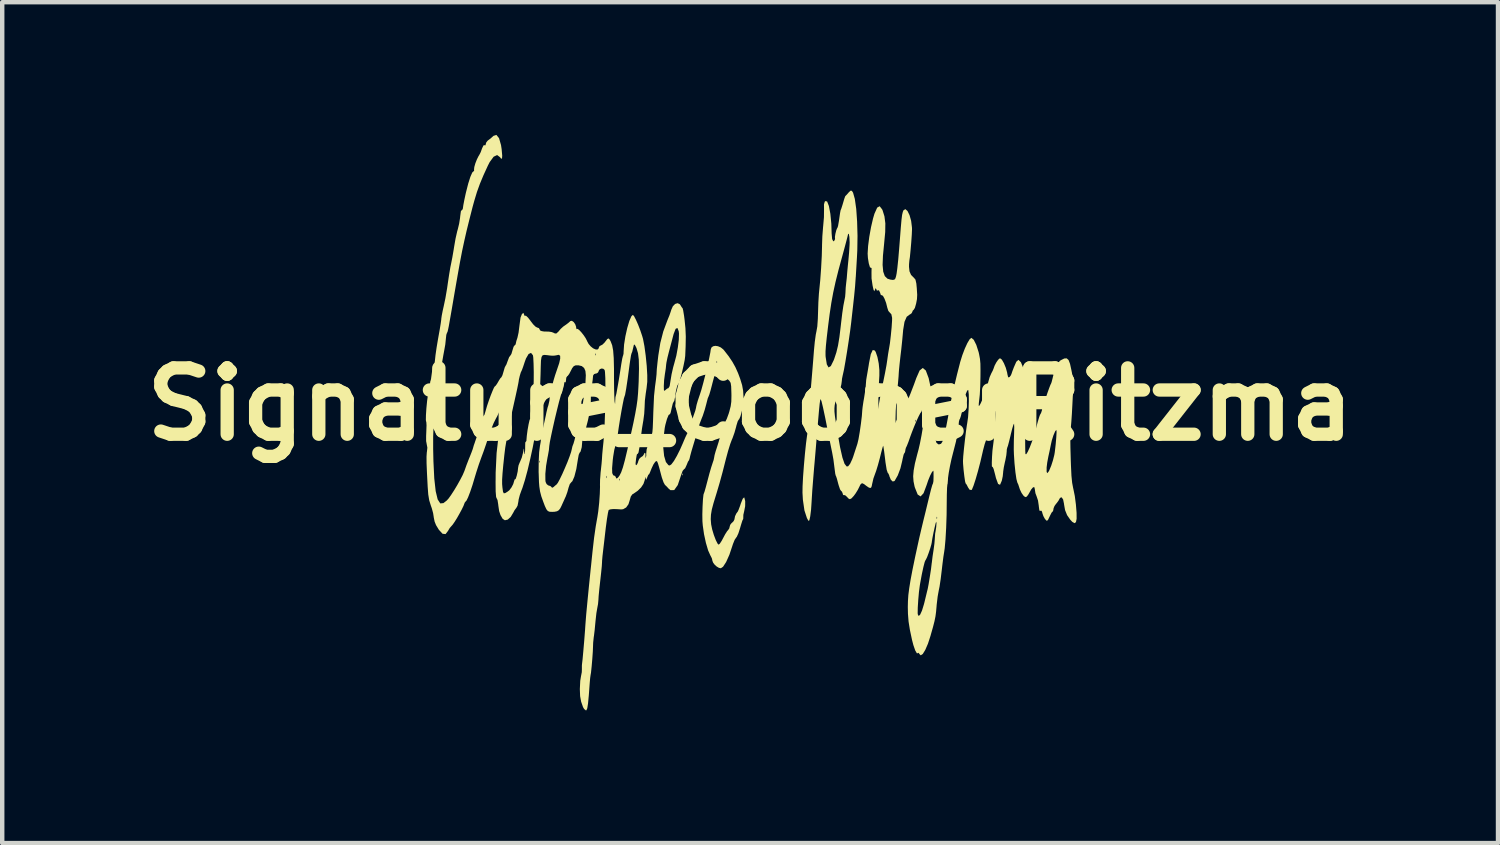
<source format=kicad_pcb>
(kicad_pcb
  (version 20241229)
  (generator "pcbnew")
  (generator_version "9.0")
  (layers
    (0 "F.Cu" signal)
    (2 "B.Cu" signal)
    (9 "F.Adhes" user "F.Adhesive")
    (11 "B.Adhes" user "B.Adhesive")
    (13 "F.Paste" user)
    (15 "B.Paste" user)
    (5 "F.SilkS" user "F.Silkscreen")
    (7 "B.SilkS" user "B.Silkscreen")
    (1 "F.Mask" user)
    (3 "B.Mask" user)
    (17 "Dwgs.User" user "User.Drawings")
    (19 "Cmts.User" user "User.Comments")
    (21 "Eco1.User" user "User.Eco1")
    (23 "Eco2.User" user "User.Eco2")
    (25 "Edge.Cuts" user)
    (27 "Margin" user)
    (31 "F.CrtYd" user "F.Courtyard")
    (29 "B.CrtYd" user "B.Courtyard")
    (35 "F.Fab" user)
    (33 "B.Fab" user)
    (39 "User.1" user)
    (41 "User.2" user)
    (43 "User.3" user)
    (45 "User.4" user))
  (footprint "Signature_CooperRitzma"
    (layer "F.Cu")
    (at 13.907 6.088)
    (property "Reference" "Signature_CooperRitzma" (at 0 0 0) (layer "F.SilkS") (effects (font (size 1.5 1.5) (thickness 0.3))))
    (attr board_only exclude_from_pos_files exclude_from_bom)
    (fp_poly (pts (xy -1.518 1.587) (xy -1.525 1.616) (xy -1.532 1.587) (xy -1.525 1.559)) (stroke (width 0) (type solid)) (fill yes) (layer "F.SilkS"))
    (fp_poly (pts (xy 2.299 -4.825) (xy 2.327 -4.783) (xy 2.367 -4.642) (xy 2.399 -4.415) (xy 2.419 -4.128) (xy 2.428 -3.807) (xy 2.423 -3.477) (xy 2.415 -3.319) (xy 2.402 -3.102) (xy 2.389 -2.883) (xy 2.387 -2.866) (xy 2.373 -2.665) (xy 2.352 -2.449) (xy 2.347 -2.404) (xy 2.326 -2.212) (xy 2.3 -1.981) (xy 2.285 -1.847) (xy 2.261 -1.656) (xy 2.228 -1.427) (xy 2.191 -1.187) (xy 2.154 -0.963) (xy 2.122 -0.782) (xy 2.097 -0.669) (xy 2.094 -0.657) (xy 2.077 -0.574) (xy 2.074 -0.533) (xy 2.063 -0.451) (xy 2.037 -0.342) (xy 2.004 -0.235) (xy 1.971 -0.157) (xy 1.959 -0.14) (xy 1.929 -0.064) (xy 1.912 0.024) (xy 1.906 0.093) (xy 1.907 0.169) (xy 1.918 0.276) (xy 1.942 0.433) (xy 1.975 0.638) (xy 2.034 0.973) (xy 2.087 1.207) (xy 2.136 1.349) (xy 2.183 1.407) (xy 2.216 1.403) (xy 2.26 1.347) (xy 2.308 1.245) (xy 2.329 1.189) (xy 2.371 1.06) (xy 2.411 0.938) (xy 2.425 0.895) (xy 2.45 0.791) (xy 2.478 0.628) (xy 2.505 0.44) (xy 2.526 0.266) (xy 2.535 0.142) (xy 2.535 0.139) (xy 2.543 0.066) (xy 2.562 -0.062) (xy 2.576 -0.14) (xy 2.599 -0.288) (xy 2.614 -0.406) (xy 2.616 -0.443) (xy 2.624 -0.545) (xy 2.636 -0.62) (xy 2.656 -0.734) (xy 2.682 -0.888) (xy 2.687 -0.924) (xy 2.728 -1.131) (xy 2.772 -1.226) (xy 2.819 -1.214) (xy 2.84 -1.179) (xy 2.878 -1.068) (xy 2.907 -0.925) (xy 2.909 -0.907) (xy 2.922 -0.774) (xy 2.922 -0.649) (xy 2.913 -0.496) (xy 2.9 -0.344) (xy 2.89 -0.245) (xy 2.887 -0.231) (xy 2.869 -0.136) (xy 2.848 0.005) (xy 2.828 0.157) (xy 2.815 0.284) (xy 2.813 0.348) (xy 2.824 0.395) (xy 2.839 0.379) (xy 2.86 0.289) (xy 2.891 0.113) (xy 2.898 0.072) (xy 2.938 -0.151) (xy 2.983 -0.383) (xy 3.014 -0.529) (xy 3.05 -0.706) (xy 3.083 -0.884) (xy 3.099 -0.99) (xy 3.12 -1.138) (xy 3.139 -1.25) (xy 3.141 -1.259) (xy 3.161 -1.38) (xy 3.181 -1.553) (xy 3.199 -1.736) (xy 3.209 -1.889) (xy 3.21 -1.953) (xy 3.193 -2.034) (xy 3.162 -2.067) (xy 3.125 -2.109) (xy 3.101 -2.183) (xy 3.075 -2.288) (xy 3.039 -2.384) (xy 3.003 -2.45) (xy 2.977 -2.464) (xy 2.975 -2.462) (xy 2.952 -2.475) (xy 2.94 -2.518) (xy 2.912 -2.578) (xy 2.892 -2.572) (xy 2.865 -2.57) (xy 2.853 -2.6) (xy 2.837 -2.625) (xy 2.823 -2.588) (xy 2.806 -2.554) (xy 2.789 -2.593) (xy 2.769 -2.68) (xy 2.745 -2.844) (xy 2.744 -2.98) (xy 2.746 -3.076) (xy 2.734 -3.085) (xy 2.732 -3.082) (xy 2.709 -3.097) (xy 2.683 -3.183) (xy 2.663 -3.306) (xy 2.657 -3.407) (xy 2.667 -3.575) (xy 2.694 -3.783) (xy 2.733 -4.001) (xy 2.779 -4.199) (xy 2.811 -4.307) (xy 2.873 -4.445) (xy 2.929 -4.476) (xy 2.985 -4.404) (xy 2.995 -4.382) (xy 3.037 -4.247) (xy 3.057 -4.089) (xy 3.054 -3.892) (xy 3.03 -3.636) (xy 3.03 -3.634) (xy 3.003 -3.358) (xy 2.995 -3.149) (xy 3.009 -2.997) (xy 3.045 -2.896) (xy 3.105 -2.838) (xy 3.171 -2.817) (xy 3.227 -2.81) (xy 3.262 -2.817) (xy 3.284 -2.843) (xy 3.3 -2.896) (xy 3.312 -2.956) (xy 3.328 -3.076) (xy 3.349 -3.275) (xy 3.37 -3.524) (xy 3.385 -3.714) (xy 3.406 -3.985) (xy 3.422 -4.167) (xy 3.436 -4.28) (xy 3.452 -4.347) (xy 3.468 -4.385) (xy 3.51 -4.41) (xy 3.558 -4.368) (xy 3.604 -4.274) (xy 3.64 -4.147) (xy 3.658 -4.002) (xy 3.66 -3.96) (xy 3.655 -3.839) (xy 3.643 -3.664) (xy 3.627 -3.479) (xy 3.612 -3.326) (xy 3.601 -3.255) (xy 3.593 -3.167) (xy 3.592 -3.106) (xy 3.603 -3.004) (xy 3.638 -2.924) (xy 3.698 -2.863) (xy 3.703 -2.859) (xy 3.738 -2.817) (xy 3.758 -2.728) (xy 3.768 -2.62) (xy 3.777 -2.474) (xy 3.772 -2.375) (xy 3.753 -2.276) (xy 3.725 -2.178) (xy 3.699 -2.136) (xy 3.699 -2.136) (xy 3.675 -2.113) (xy 3.668 -2.09) (xy 3.651 -2.057) (xy 3.619 -2.033) (xy 3.611 -2.03) (xy 3.54 -1.977) (xy 3.49 -1.863) (xy 3.46 -1.681) (xy 3.456 -1.636) (xy 3.44 -1.459) (xy 3.417 -1.24) (xy 3.4 -1.097) (xy 3.38 -0.919) (xy 3.366 -0.779) (xy 3.361 -0.714) (xy 3.356 -0.629) (xy 3.343 -0.477) (xy 3.329 -0.339) (xy 3.306 -0.081) (xy 3.292 0.154) (xy 3.287 0.34) (xy 3.292 0.457) (xy 3.299 0.48) (xy 3.321 0.47) (xy 3.352 0.407) (xy 3.356 0.397) (xy 3.364 0.375) (xy 3.727 0.375) (xy 3.734 0.404) (xy 3.741 0.375) (xy 3.734 0.346) (xy 3.727 0.375) (xy 3.364 0.375) (xy 3.394 0.296) (xy 3.44 0.19) (xy 3.449 0.169) (xy 3.535 -0.022) (xy 3.623 -0.235) (xy 3.704 -0.445) (xy 3.757 -0.592) (xy 3.832 -0.763) (xy 3.904 -0.82) (xy 3.972 -0.762) (xy 4.036 -0.59) (xy 4.091 -0.337) (xy 4.124 -0.13) (xy 4.143 0.054) (xy 4.153 0.274) (xy 4.155 0.332) (xy 4.166 0.602) (xy 4.184 0.776) (xy 4.212 0.871) (xy 4.255 0.906) (xy 4.275 0.907) (xy 4.316 0.894) (xy 4.348 0.845) (xy 4.38 0.737) (xy 4.395 0.677) (xy 4.435 0.496) (xy 4.473 0.297) (xy 4.487 0.21) (xy 4.517 0.044) (xy 4.562 -0.175) (xy 4.618 -0.424) (xy 4.68 -0.683) (xy 4.743 -0.928) (xy 4.749 -0.953) (xy 4.797 -1.108) (xy 4.854 -1.258) (xy 4.912 -1.384) (xy 4.964 -1.47) (xy 5.001 -1.501) (xy 5.055 -1.457) (xy 5.113 -1.342) (xy 5.166 -1.177) (xy 5.177 -1.128) (xy 5.196 -1.026) (xy 5.206 -0.917) (xy 5.208 -0.759) (xy 5.207 -0.617) (xy 5.202 -0.402) (xy 5.192 -0.217) (xy 5.182 -0.125) (xy 5.17 -0.018) (xy 5.168 0.038) (xy 5.184 0.031) (xy 5.213 -0.022) (xy 5.25 -0.104) (xy 5.285 -0.196) (xy 5.31 -0.278) (xy 5.318 -0.321) (xy 5.335 -0.396) (xy 5.344 -0.404) (xy 5.367 -0.444) (xy 5.387 -0.514) (xy 5.416 -0.615) (xy 5.453 -0.699) (xy 5.484 -0.758) (xy 5.502 -0.802) (xy 5.503 -0.805) (xy 5.527 -0.872) (xy 5.566 -0.946) (xy 5.609 -1.007) (xy 5.645 -1.038) (xy 5.651 -1.039) (xy 5.691 -1.008) (xy 5.737 -0.928) (xy 5.781 -0.822) (xy 5.811 -0.712) (xy 5.816 -0.679) (xy 5.834 -0.607) (xy 5.865 -0.614) (xy 5.866 -0.615) (xy 5.895 -0.654) (xy 5.909 -0.687) (xy 5.928 -0.745) (xy 5.963 -0.836) (xy 6.01 -0.943) (xy 6.019 -0.962) (xy 6.066 -1.003) (xy 6.122 -0.949) (xy 6.18 -0.806) (xy 6.193 -0.764) (xy 6.221 -0.645) (xy 6.235 -0.521) (xy 6.241 -0.341) (xy 6.241 -0.316) (xy 6.241 -0.11) (xy 6.236 0.074) (xy 6.234 0.131) (xy 6.227 0.271) (xy 6.223 0.467) (xy 6.219 0.684) (xy 6.218 0.889) (xy 6.22 1.047) (xy 6.224 1.126) (xy 6.224 1.127) (xy 6.242 1.13) (xy 6.276 1.076) (xy 6.321 0.977) (xy 6.371 0.847) (xy 6.42 0.699) (xy 6.463 0.547) (xy 6.464 0.543) (xy 6.503 0.396) (xy 6.536 0.287) (xy 6.556 0.233) (xy 6.559 0.231) (xy 6.578 0.196) (xy 6.606 0.109) (xy 6.611 0.091) (xy 6.64 -0.009) (xy 6.679 -0.131) (xy 6.722 -0.257) (xy 6.761 -0.366) (xy 6.79 -0.441) (xy 6.802 -0.463) (xy 6.816 -0.501) (xy 6.84 -0.595) (xy 6.844 -0.614) (xy 6.892 -0.798) (xy 6.942 -0.913) (xy 7.005 -0.982) (xy 7.026 -0.996) (xy 7.102 -1.034) (xy 7.157 -1.037) (xy 7.199 -0.999) (xy 7.232 -0.913) (xy 7.263 -0.772) (xy 7.274 -0.716) (xy 7.311 -0.509) (xy 7.286 -0.009) (xy 7.274 0.216) (xy 7.262 0.393) (xy 7.253 0.496) (xy 7.25 0.51) (xy 7.241 0.581) (xy 7.238 0.745) (xy 7.241 0.98) (xy 7.249 1.268) (xy 7.253 1.381) (xy 7.264 1.617) (xy 7.28 1.776) (xy 7.303 1.897) (xy 7.307 1.913) (xy 7.34 2.075) (xy 7.365 2.268) (xy 7.38 2.454) (xy 7.381 2.59) (xy 7.366 2.665) (xy 7.335 2.689) (xy 7.284 2.66) (xy 7.238 2.611) (xy 7.166 2.508) (xy 7.12 2.394) (xy 7.097 2.265) (xy 7.096 2.252) (xy 7.076 2.154) (xy 7.042 2.104) (xy 7.006 2.117) (xy 6.997 2.134) (xy 6.969 2.184) (xy 6.929 2.238) (xy 6.916 2.252) (xy 6.881 2.301) (xy 6.86 2.351) (xy 6.858 2.369) (xy 6.847 2.419) (xy 6.838 2.425) (xy 6.815 2.451) (xy 6.78 2.519) (xy 6.768 2.545) (xy 6.732 2.62) (xy 6.704 2.635) (xy 6.668 2.597) (xy 6.664 2.592) (xy 6.63 2.53) (xy 6.608 2.467) (xy 6.605 2.451) (xy 6.589 2.409) (xy 6.567 2.41) (xy 6.54 2.406) (xy 6.527 2.315) (xy 6.526 2.299) (xy 6.508 2.176) (xy 6.478 2.086) (xy 6.45 2.012) (xy 6.438 1.936) (xy 6.438 1.932) (xy 6.427 1.878) (xy 6.398 1.876) (xy 6.355 1.926) (xy 6.343 1.947) (xy 6.291 2.039) (xy 6.255 2.088) (xy 6.225 2.1) (xy 6.194 2.081) (xy 6.179 2.066) (xy 6.136 2.005) (xy 6.1 1.929) (xy 6.092 1.906) (xy 6.062 1.814) (xy 6.041 1.77) (xy 6.02 1.69) (xy 5.997 1.534) (xy 5.997 1.531) (xy 6.703 1.531) (xy 6.721 1.558) (xy 6.757 1.509) (xy 6.807 1.389) (xy 6.846 1.268) (xy 6.877 1.145) (xy 6.887 1.086) (xy 6.907 0.914) (xy 6.921 0.751) (xy 6.928 0.629) (xy 6.924 0.577) (xy 6.924 0.577) (xy 6.895 0.614) (xy 6.856 0.705) (xy 6.819 0.823) (xy 6.798 0.917) (xy 6.768 1.065) (xy 6.742 1.183) (xy 6.717 1.316) (xy 6.703 1.429) (xy 6.703 1.531) (xy 5.997 1.531) (xy 5.977 1.337) (xy 5.964 1.136) (xy 5.96 1.021) (xy 5.962 0.823) (xy 5.968 0.653) (xy 5.971 0.519) (xy 5.967 0.442) (xy 5.966 0.44) (xy 5.952 0.464) (xy 5.925 0.553) (xy 5.891 0.689) (xy 5.89 0.696) (xy 5.855 0.839) (xy 5.828 0.941) (xy 5.813 0.981) (xy 5.813 0.981) (xy 5.802 1.028) (xy 5.801 1.063) (xy 5.792 1.152) (xy 5.769 1.272) (xy 5.76 1.308) (xy 5.735 1.427) (xy 5.721 1.523) (xy 5.72 1.542) (xy 5.711 1.629) (xy 5.69 1.728) (xy 5.65 1.821) (xy 5.606 1.802) (xy 5.558 1.67) (xy 5.539 1.592) (xy 5.505 1.464) (xy 5.481 1.413) (xy 5.474 1.418) (xy 5.465 1.403) (xy 5.464 1.314) (xy 5.469 1.184) (xy 5.478 1.05) (xy 5.491 0.945) (xy 5.492 0.939) (xy 5.506 0.827) (xy 5.521 0.647) (xy 5.534 0.446) (xy 5.542 0.269) (xy 5.543 0.22) (xy 5.54 0.157) (xy 5.527 0.162) (xy 5.508 0.201) (xy 5.478 0.289) (xy 5.441 0.425) (xy 5.423 0.5) (xy 5.387 0.647) (xy 5.35 0.768) (xy 5.336 0.806) (xy 5.303 0.901) (xy 5.266 1.041) (xy 5.254 1.094) (xy 5.205 1.305) (xy 5.151 1.512) (xy 5.098 1.696) (xy 5.051 1.84) (xy 5.016 1.925) (xy 5.006 1.939) (xy 4.962 1.933) (xy 4.927 1.881) (xy 4.895 1.818) (xy 4.873 1.79) (xy 4.872 1.79) (xy 4.859 1.742) (xy 4.842 1.624) (xy 4.825 1.478) (xy 4.814 1.342) (xy 4.812 1.281) (xy 4.818 1.176) (xy 4.834 1.006) (xy 4.856 0.809) (xy 4.879 0.62) (xy 4.9 0.473) (xy 4.908 0.427) (xy 4.927 0.295) (xy 4.939 0.118) (xy 4.945 -0.067) (xy 4.943 -0.223) (xy 4.932 -0.316) (xy 4.929 -0.323) (xy 4.907 -0.307) (xy 4.876 -0.233) (xy 4.842 -0.126) (xy 4.814 -0.014) (xy 4.8 0.079) (xy 4.799 0.088) (xy 4.788 0.17) (xy 4.765 0.267) (xy 4.741 0.336) (xy 4.732 0.346) (xy 4.72 0.395) (xy 4.711 0.495) (xy 4.692 0.649) (xy 4.653 0.845) (xy 4.596 1.068) (xy 4.587 1.102) (xy 4.552 1.24) (xy 4.518 1.399) (xy 4.49 1.552) (xy 4.474 1.668) (xy 4.473 1.698) (xy 4.465 1.797) (xy 4.459 1.818) (xy 4.452 1.891) (xy 4.447 2.043) (xy 4.445 2.211) (xy 4.442 2.501) (xy 4.432 2.793) (xy 4.417 3.055) (xy 4.399 3.255) (xy 4.387 3.338) (xy 4.37 3.445) (xy 4.348 3.616) (xy 4.332 3.754) (xy 4.308 3.952) (xy 4.282 4.125) (xy 4.266 4.202) (xy 4.24 4.345) (xy 4.218 4.529) (xy 4.215 4.567) (xy 4.204 4.692) (xy 4.19 4.797) (xy 4.168 4.905) (xy 4.134 5.038) (xy 4.083 5.217) (xy 4.08 5.23) (xy 4.02 5.414) (xy 3.959 5.555) (xy 3.903 5.646) (xy 3.857 5.676) (xy 3.832 5.652) (xy 3.807 5.618) (xy 3.796 5.626) (xy 3.771 5.632) (xy 3.733 5.567) (xy 3.691 5.446) (xy 3.66 5.327) (xy 3.612 5.1) (xy 3.582 4.912) (xy 3.568 4.735) (xy 3.568 4.723) (xy 3.788 4.723) (xy 3.79 4.748) (xy 3.811 4.788) (xy 3.844 4.756) (xy 3.886 4.664) (xy 3.93 4.52) (xy 3.94 4.481) (xy 3.974 4.341) (xy 4.001 4.229) (xy 4.014 4.178) (xy 4.035 4.069) (xy 4.062 3.905) (xy 4.089 3.73) (xy 4.106 3.589) (xy 4.107 3.586) (xy 4.125 3.438) (xy 4.148 3.288) (xy 4.166 3.153) (xy 4.175 3.045) (xy 4.175 3.04) (xy 4.183 2.924) (xy 4.192 2.875) (xy 4.207 2.775) (xy 4.213 2.688) (xy 4.206 2.655) (xy 4.193 2.695) (xy 4.17 2.792) (xy 4.143 2.916) (xy 4.12 3.032) (xy 4.108 3.11) (xy 4.107 3.121) (xy 4.096 3.174) (xy 4.07 3.263) (xy 4.036 3.363) (xy 4.002 3.454) (xy 3.975 3.511) (xy 3.967 3.521) (xy 3.947 3.565) (xy 3.917 3.681) (xy 3.881 3.848) (xy 3.845 4.044) (xy 3.837 4.09) (xy 3.817 4.242) (xy 3.801 4.424) (xy 3.79 4.598) (xy 3.788 4.723) (xy 3.568 4.723) (xy 3.565 4.584) (xy 3.568 4.451) (xy 3.577 4.314) (xy 3.597 4.159) (xy 3.627 3.973) (xy 3.671 3.741) (xy 3.731 3.45) (xy 3.775 3.247) (xy 3.822 3.032) (xy 3.877 2.797) (xy 3.916 2.634) (xy 3.932 2.569) (xy 4.215 2.569) (xy 4.222 2.598) (xy 4.229 2.569) (xy 4.222 2.54) (xy 4.215 2.569) (xy 3.932 2.569) (xy 3.965 2.436) (xy 4.017 2.22) (xy 4.055 2.064) (xy 4.09 1.925) (xy 4.118 1.827) (xy 4.134 1.79) (xy 4.144 1.74) (xy 4.147 1.645) (xy 4.146 1.537) (xy 4.143 1.501) (xy 4.112 1.532) (xy 4.07 1.613) (xy 4.025 1.723) (xy 3.991 1.825) (xy 3.921 2.012) (xy 3.854 2.084) (xy 3.788 2.041) (xy 3.725 1.884) (xy 3.717 1.856) (xy 3.694 1.743) (xy 3.686 1.628) (xy 3.697 1.498) (xy 3.726 1.338) (xy 3.777 1.136) (xy 3.808 1.022) (xy 3.839 0.887) (xy 3.876 0.697) (xy 3.907 0.51) (xy 3.934 0.324) (xy 3.948 0.207) (xy 3.949 0.133) (xy 3.941 0.077) (xy 3.941 0.076) (xy 3.923 0.022) (xy 3.905 0.059) (xy 3.9 0.082) (xy 3.879 0.155) (xy 3.87 0.173) (xy 3.848 0.201) (xy 3.809 0.276) (xy 3.759 0.384) (xy 3.706 0.51) (xy 3.655 0.64) (xy 3.621 0.732) (xy 3.579 0.852) (xy 3.544 0.94) (xy 3.525 0.98) (xy 3.523 0.981) (xy 3.511 1.025) (xy 3.51 1.039) (xy 3.5 1.091) (xy 3.491 1.097) (xy 3.47 1.14) (xy 3.445 1.247) (xy 3.44 1.276) (xy 3.398 1.45) (xy 3.338 1.609) (xy 3.27 1.728) (xy 3.263 1.737) (xy 3.223 1.747) (xy 3.181 1.706) (xy 3.149 1.629) (xy 3.145 1.61) (xy 3.127 1.569) (xy 3.111 1.551) (xy 3.087 1.48) (xy 3.06 1.312) (xy 3.05 1.227) (xy 3.03 1.067) (xy 3.014 0.962) (xy 3.007 0.938) (xy 2.993 0.982) (xy 2.965 1.085) (xy 2.932 1.219) (xy 2.89 1.374) (xy 2.849 1.508) (xy 2.823 1.579) (xy 2.787 1.68) (xy 2.761 1.793) (xy 2.76 1.796) (xy 2.749 1.852) (xy 2.735 1.885) (xy 2.713 1.894) (xy 2.677 1.88) (xy 2.624 1.843) (xy 2.575 1.805) (xy 2.529 1.784) (xy 2.493 1.816) (xy 2.471 1.863) (xy 2.435 1.935) (xy 2.385 2.016) (xy 2.343 2.073) (xy 2.292 2.128) (xy 2.255 2.147) (xy 2.221 2.13) (xy 2.198 2.103) (xy 2.158 2.064) (xy 2.128 2.053) (xy 2.121 2.057) (xy 2.1 2.047) (xy 2.095 2.024) (xy 2.075 1.973) (xy 2.059 1.963) (xy 2.033 1.925) (xy 2.001 1.829) (xy 1.99 1.79) (xy 1.962 1.683) (xy 1.941 1.622) (xy 1.936 1.616) (xy 1.924 1.569) (xy 1.909 1.452) (xy 1.906 1.429) (xy 1.883 1.248) (xy 1.855 1.094) (xy 1.83 0.973) (xy 1.795 0.801) (xy 1.762 0.632) (xy 1.698 0.309) (xy 1.649 0.078) (xy 1.615 -0.063) (xy 1.595 -0.115) (xy 1.594 -0.115) (xy 1.584 -0.091) (xy 1.572 -0.009) (xy 1.557 0.145) (xy 1.536 0.384) (xy 1.515 0.635) (xy 1.501 0.805) (xy 1.481 1.043) (xy 1.458 1.311) (xy 1.446 1.443) (xy 1.425 1.702) (xy 1.406 1.944) (xy 1.394 2.135) (xy 1.39 2.204) (xy 1.378 2.384) (xy 1.359 2.535) (xy 1.357 2.544) (xy 1.34 2.622) (xy 1.324 2.64) (xy 1.299 2.601) (xy 1.284 2.572) (xy 1.228 2.401) (xy 1.193 2.159) (xy 1.184 1.998) (xy 1.186 1.855) (xy 1.197 1.64) (xy 1.216 1.386) (xy 1.239 1.124) (xy 1.264 0.885) (xy 1.288 0.702) (xy 1.29 0.693) (xy 1.307 0.549) (xy 1.323 0.353) (xy 1.329 0.26) (xy 1.342 0.058) (xy 1.36 -0.197) (xy 1.381 -0.452) (xy 1.382 -0.462) (xy 1.404 -0.723) (xy 1.426 -0.992) (xy 1.435 -1.109) (xy 1.705 -1.109) (xy 1.707 -1.072) (xy 1.734 -0.901) (xy 1.773 -0.832) (xy 1.825 -0.863) (xy 1.89 -0.995) (xy 1.903 -1.03) (xy 1.95 -1.172) (xy 1.987 -1.325) (xy 2.019 -1.518) (xy 2.051 -1.784) (xy 2.059 -1.855) (xy 2.083 -2.056) (xy 2.108 -2.226) (xy 2.127 -2.323) (xy 2.148 -2.43) (xy 2.155 -2.514) (xy 2.161 -2.635) (xy 2.171 -2.731) (xy 2.185 -2.852) (xy 2.19 -2.918) (xy 2.197 -3.002) (xy 2.211 -3.15) (xy 2.221 -3.247) (xy 2.238 -3.433) (xy 2.248 -3.6) (xy 2.25 -3.659) (xy 2.244 -3.784) (xy 2.23 -3.855) (xy 2.214 -3.845) (xy 2.211 -3.83) (xy 2.198 -3.774) (xy 2.168 -3.66) (xy 2.127 -3.506) (xy 2.081 -3.338) (xy 1.997 -3.029) (xy 1.931 -2.765) (xy 1.879 -2.527) (xy 1.836 -2.292) (xy 1.798 -2.039) (xy 1.764 -1.774) (xy 1.733 -1.512) (xy 1.714 -1.327) (xy 1.705 -1.2) (xy 1.705 -1.109) (xy 1.435 -1.109) (xy 1.443 -1.211) (xy 1.443 -1.212) (xy 1.462 -1.41) (xy 1.485 -1.577) (xy 1.499 -1.645) (xy 1.519 -1.759) (xy 1.531 -1.93) (xy 1.536 -2.088) (xy 1.543 -2.303) (xy 1.555 -2.497) (xy 1.563 -2.579) (xy 1.585 -2.801) (xy 1.605 -3.075) (xy 1.62 -3.351) (xy 1.626 -3.579) (xy 1.626 -3.601) (xy 1.633 -3.797) (xy 1.649 -4.001) (xy 1.652 -4.03) (xy 1.669 -4.228) (xy 1.671 -4.399) (xy 1.671 -4.4) (xy 1.67 -4.519) (xy 1.687 -4.578) (xy 1.699 -4.592) (xy 1.741 -4.583) (xy 1.781 -4.481) (xy 1.814 -4.306) (xy 1.836 -4.082) (xy 1.843 -3.86) (xy 1.854 -3.735) (xy 1.881 -3.681) (xy 1.904 -3.698) (xy 1.921 -3.735) (xy 1.919 -3.748) (xy 1.917 -3.782) (xy 1.928 -3.853) (xy 1.947 -3.929) (xy 1.966 -3.978) (xy 1.972 -3.983) (xy 1.988 -4.03) (xy 2.008 -4.145) (xy 2.014 -4.185) (xy 2.032 -4.313) (xy 2.045 -4.383) (xy 2.047 -4.387) (xy 2.061 -4.421) (xy 2.088 -4.505) (xy 2.1 -4.546) (xy 2.129 -4.644) (xy 2.15 -4.701) (xy 2.153 -4.706) (xy 2.17 -4.722) (xy 2.204 -4.759) (xy 2.225 -4.784) (xy 2.268 -4.827)) (stroke (width 0) (type solid)) (fill yes) (layer "F.SilkS"))
    (fp_poly (pts (xy -5.676 -6.015) (xy -5.631 -5.859) (xy -5.617 -5.767) (xy -5.604 -5.619) (xy -5.609 -5.55) (xy -5.634 -5.557) (xy -5.653 -5.584) (xy -5.719 -5.633) (xy -5.798 -5.595) (xy -5.887 -5.474) (xy -5.927 -5.396) (xy -6.027 -5.178) (xy -6.108 -4.984) (xy -6.175 -4.798) (xy -6.234 -4.603) (xy -6.273 -4.462) (xy -6.348 -4.168) (xy -6.41 -3.917) (xy -6.462 -3.689) (xy -6.511 -3.46) (xy -6.559 -3.21) (xy -6.612 -2.914) (xy -6.675 -2.553) (xy -6.696 -2.431) (xy -6.747 -2.132) (xy -6.785 -1.916) (xy -6.811 -1.768) (xy -6.83 -1.677) (xy -6.842 -1.631) (xy -6.851 -1.617) (xy -6.852 -1.616) (xy -6.868 -1.568) (xy -6.877 -1.485) (xy -6.891 -1.35) (xy -6.915 -1.215) (xy -6.934 -1.114) (xy -6.964 -0.94) (xy -7.001 -0.715) (xy -7.04 -0.464) (xy -7.044 -0.438) (xy -7.096 -0.083) (xy -7.133 0.212) (xy -7.155 0.474) (xy -7.165 0.732) (xy -7.165 1.014) (xy -7.159 1.288) (xy -7.14 1.677) (xy -7.108 1.965) (xy -7.063 2.152) (xy -7.004 2.242) (xy -6.932 2.235) (xy -6.926 2.23) (xy -6.885 2.198) (xy -6.856 2.175) (xy -6.814 2.128) (xy -6.756 2.046) (xy -6.688 1.941) (xy -6.618 1.824) (xy -6.553 1.707) (xy -6.498 1.601) (xy -6.462 1.517) (xy -6.458 1.508) (xy -6.414 1.383) (xy -6.361 1.246) (xy -6.336 1.185) (xy -6.298 1.089) (xy -6.271 1.015) (xy -6.262 0.985) (xy -6.247 0.932) (xy -6.219 0.853) (xy -6.219 0.851) (xy -6.189 0.764) (xy -6.148 0.632) (xy -6.106 0.487) (xy -6.067 0.362) (xy -6.038 0.28) (xy -6.022 0.254) (xy -6.021 0.256) (xy -6.007 0.242) (xy -5.983 0.164) (xy -5.971 0.121) (xy -5.946 0.035) (xy -5.909 -0.075) (xy -5.867 -0.191) (xy -5.825 -0.296) (xy -5.792 -0.372) (xy -5.772 -0.403) (xy -5.771 -0.403) (xy -5.755 -0.415) (xy -5.723 -0.459) (xy -5.686 -0.522) (xy -5.679 -0.535) (xy -5.645 -0.588) (xy -5.623 -0.609) (xy -5.599 -0.655) (xy -5.573 -0.742) (xy -5.547 -0.831) (xy -5.529 -0.866) (xy -5.509 -0.899) (xy -5.48 -0.979) (xy -5.479 -0.981) (xy -5.448 -1.063) (xy -5.422 -1.097) (xy -5.396 -1.137) (xy -5.374 -1.212) (xy -5.347 -1.3) (xy -5.326 -1.328) (xy -5.303 -1.349) (xy -5.297 -1.371) (xy -5.284 -1.431) (xy -5.26 -1.503) (xy -5.234 -1.62) (xy -5.214 -1.781) (xy -5.213 -1.788) (xy -5.19 -1.959) (xy -5.158 -2.039) (xy -5.125 -2.066) (xy -5.113 -2.035) (xy -5.098 -1.997) (xy -5.085 -2.002) (xy -5.061 -1.996) (xy -5.02 -1.957) (xy -4.97 -1.893) (xy -4.961 -1.88) (xy -4.905 -1.807) (xy -4.851 -1.754) (xy -4.811 -1.732) (xy -4.809 -1.732) (xy -4.776 -1.721) (xy -4.758 -1.694) (xy -4.757 -1.685) (xy -4.745 -1.667) (xy -4.711 -1.653) (xy -4.66 -1.644) (xy -4.612 -1.643) (xy -4.547 -1.641) (xy -4.489 -1.632) (xy -4.446 -1.617) (xy -4.427 -1.605) (xy -4.384 -1.597) (xy -4.333 -1.641) (xy -4.333 -1.643) (xy -4.281 -1.704) (xy -4.225 -1.755) (xy -4.215 -1.762) (xy -4.156 -1.803) (xy -4.111 -1.837) (xy -4.069 -1.874) (xy -4.063 -1.88) (xy -4.029 -1.886) (xy -3.99 -1.859) (xy -3.955 -1.811) (xy -3.934 -1.753) (xy -3.931 -1.724) (xy -3.922 -1.693) (xy -3.918 -1.701) (xy -3.898 -1.703) (xy -3.861 -1.675) (xy -3.814 -1.625) (xy -3.764 -1.562) (xy -3.719 -1.495) (xy -3.687 -1.433) (xy -3.685 -1.426) (xy -3.651 -1.363) (xy -3.604 -1.308) (xy -3.551 -1.265) (xy -3.498 -1.24) (xy -3.455 -1.235) (xy -3.427 -1.256) (xy -3.422 -1.274) (xy -3.404 -1.313) (xy -3.376 -1.328) (xy -3.34 -1.346) (xy -3.293 -1.391) (xy -3.269 -1.422) (xy -3.227 -1.475) (xy -3.198 -1.487) (xy -3.172 -1.458) (xy -3.151 -1.418) (xy -3.118 -1.331) (xy -3.096 -1.213) (xy -3.083 -1.043) (xy -3.077 -0.795) (xy -3.077 -0.588) (xy -3.075 -0.363) (xy -3.07 -0.177) (xy -3.064 -0.066) (xy -3.063 -0.058) (xy -3.053 -0.003) (xy -3.05 -0.054) (xy -3.05 -0.067) (xy -3.044 -0.161) (xy -3.038 -0.183) (xy -3.023 -0.24) (xy -2.999 -0.373) (xy -2.967 -0.557) (xy -2.933 -0.769) (xy -2.912 -0.909) (xy -2.891 -1.03) (xy -2.875 -1.094) (xy -2.872 -1.097) (xy -2.861 -1.144) (xy -2.86 -1.184) (xy -2.849 -1.35) (xy -2.819 -1.538) (xy -2.777 -1.725) (xy -2.73 -1.884) (xy -2.683 -1.99) (xy -2.65 -2.02) (xy -2.623 -1.99) (xy -2.581 -1.909) (xy -2.531 -1.796) (xy -2.482 -1.668) (xy -2.44 -1.543) (xy -2.421 -1.477) (xy -2.389 -1.311) (xy -2.36 -1.096) (xy -2.337 -0.866) (xy -2.325 -0.658) (xy -2.325 -0.507) (xy -2.341 -0.362) (xy -2.36 -0.238) (xy -2.379 -0.081) (xy -2.385 0.061) (xy -2.394 0.217) (xy -2.415 0.376) (xy -2.417 0.385) (xy -2.443 0.541) (xy -2.463 0.69) (xy -2.464 0.693) (xy -2.496 0.944) (xy -2.523 1.091) (xy -2.545 1.128) (xy -2.55 1.12) (xy -2.562 1.144) (xy -2.577 1.228) (xy -2.588 1.325) (xy -2.589 1.355) (xy -2.579 1.38) (xy -2.557 1.362) (xy -2.535 1.314) (xy -2.528 1.286) (xy -2.506 1.235) (xy -2.47 1.199) (xy -2.463 1.195) (xy -2.428 1.172) (xy -2.406 1.142) (xy -2.404 1.135) (xy -2.386 1.099) (xy -2.369 1.105) (xy -2.364 1.147) (xy -2.365 1.155) (xy -2.364 1.208) (xy -2.359 1.212) (xy -2.348 1.166) (xy -2.348 1.113) (xy -2.339 1.021) (xy -2.305 0.909) (xy -2.286 0.861) (xy -2.247 0.762) (xy -2.218 0.672) (xy -2.209 0.63) (xy -2.201 0.535) (xy -2.194 0.363) (xy -2.188 0.175) (xy -2.172 -0.187) (xy -2.148 -0.412) (xy -1.951 -0.412) (xy -1.949 -0.319) (xy -1.934 -0.302) (xy -1.914 -0.321) (xy -1.875 -0.354) (xy -1.848 -0.362) (xy -1.819 -0.409) (xy -1.798 -0.541) (xy -1.775 -0.679) (xy -1.739 -0.836) (xy -1.714 -0.925) (xy -1.668 -1.097) (xy -1.634 -1.282) (xy -1.612 -1.456) (xy -1.608 -1.597) (xy -1.614 -1.65) (xy -1.644 -1.724) (xy -1.684 -1.704) (xy -1.728 -1.59) (xy -1.733 -1.573) (xy -1.767 -1.443) (xy -1.81 -1.281) (xy -1.836 -1.183) (xy -1.869 -1.052) (xy -1.891 -0.945) (xy -1.898 -0.895) (xy -1.906 -0.812) (xy -1.924 -0.694) (xy -1.925 -0.693) (xy -1.944 -0.546) (xy -1.951 -0.412) (xy -2.148 -0.412) (xy -2.147 -0.417) (xy -2.127 -0.565) (xy -2.115 -0.681) (xy -2.114 -0.707) (xy -2.109 -0.795) (xy -2.093 -0.948) (xy -2.076 -1.096) (xy -2.03 -1.385) (xy -1.963 -1.645) (xy -1.873 -1.888) (xy -1.864 -1.911) (xy -1.823 -2.011) (xy -1.789 -2.11) (xy -1.782 -2.135) (xy -1.746 -2.216) (xy -1.695 -2.267) (xy -1.639 -2.284) (xy -1.59 -2.261) (xy -1.577 -2.243) (xy -1.546 -2.193) (xy -1.526 -2.17) (xy -1.513 -2.12) (xy -1.493 -1.999) (xy -1.481 -1.905) (xy -1.462 -1.718) (xy -1.454 -1.531) (xy -1.458 -1.305) (xy -1.467 -1.092) (xy -1.479 -1) (xy -1.506 -0.868) (xy -1.54 -0.721) (xy -1.575 -0.587) (xy -1.604 -0.492) (xy -1.621 -0.462) (xy -1.647 -0.417) (xy -1.675 -0.308) (xy -1.696 -0.173) (xy -1.698 -0.154) (xy -1.715 -0.072) (xy -1.727 -0.058) (xy -1.748 -0.016) (xy -1.773 0.086) (xy -1.773 0.088) (xy -1.795 0.186) (xy -1.811 0.224) (xy -1.812 0.223) (xy -1.842 0.243) (xy -1.879 0.332) (xy -1.916 0.466) (xy -1.93 0.536) (xy -1.959 0.768) (xy -1.963 0.984) (xy -1.944 1.169) (xy -1.904 1.306) (xy -1.846 1.378) (xy -1.817 1.385) (xy -1.778 1.357) (xy -1.721 1.281) (xy -1.655 1.167) (xy -1.584 1.025) (xy -1.515 0.869) (xy -1.507 0.849) (xy -1.462 0.744) (xy -1.425 0.667) (xy -1.402 0.635) (xy -1.401 0.635) (xy -1.378 0.596) (xy -1.351 0.502) (xy -1.351 0.502) (xy -1.32 0.384) (xy -1.28 0.262) (xy -1.271 0.237) (xy -1.24 0.148) (xy -1.222 0.078) (xy -1.22 0.061) (xy -1.209 0.01) (xy -1.182 -0.083) (xy -1.143 -0.198) (xy -1.142 -0.2) (xy -1.104 -0.318) (xy -1.059 -0.481) (xy -1.011 -0.669) (xy -0.965 -0.86) (xy -0.944 -0.953) (xy -0.759 -0.953) (xy -0.752 -0.924) (xy -0.745 -0.953) (xy -0.752 -0.981) (xy -0.759 -0.953) (xy -0.944 -0.953) (xy -0.926 -1.035) (xy -0.899 -1.172) (xy -0.89 -1.236) (xy -0.874 -1.282) (xy -0.837 -1.31) (xy -0.785 -1.32) (xy -0.726 -1.311) (xy -0.665 -1.285) (xy -0.609 -1.241) (xy -0.59 -1.22) (xy -0.485 -1.085) (xy -0.401 -0.96) (xy -0.332 -0.836) (xy -0.272 -0.702) (xy -0.224 -0.573) (xy -0.181 -0.432) (xy -0.158 -0.305) (xy -0.149 -0.158) (xy -0.149 -0.105) (xy -0.16 0.013) (xy -0.185 0.15) (xy -0.218 0.272) (xy -0.248 0.341) (xy -0.256 0.346) (xy -0.28 0.386) (xy -0.31 0.483) (xy -0.316 0.51) (xy -0.352 0.639) (xy -0.397 0.766) (xy -0.413 0.802) (xy -0.45 0.901) (xy -0.498 1.056) (xy -0.548 1.241) (xy -0.567 1.316) (xy -0.623 1.536) (xy -0.689 1.777) (xy -0.754 1.997) (xy -0.77 2.049) (xy -0.828 2.238) (xy -0.866 2.382) (xy -0.885 2.497) (xy -0.89 2.598) (xy -0.882 2.702) (xy -0.881 2.715) (xy -0.858 2.828) (xy -0.82 2.955) (xy -0.776 3.071) (xy -0.735 3.152) (xy -0.711 3.175) (xy -0.684 3.151) (xy -0.643 3.088) (xy -0.611 3.028) (xy -0.564 2.94) (xy -0.521 2.872) (xy -0.5 2.848) (xy -0.472 2.809) (xy -0.461 2.764) (xy -0.449 2.725) (xy -0.419 2.687) (xy -0.407 2.678) (xy -0.373 2.643) (xy -0.354 2.602) (xy -0.352 2.589) (xy -0.341 2.532) (xy -0.311 2.469) (xy -0.278 2.425) (xy -0.26 2.385) (xy -0.228 2.3) (xy -0.209 2.242) (xy -0.167 2.137) (xy -0.136 2.106) (xy -0.131 2.111) (xy -0.111 2.19) (xy -0.112 2.305) (xy -0.134 2.418) (xy -0.135 2.422) (xy -0.153 2.501) (xy -0.154 2.551) (xy -0.156 2.596) (xy -0.159 2.598) (xy -0.176 2.633) (xy -0.204 2.722) (xy -0.226 2.797) (xy -0.264 2.916) (xy -0.301 2.997) (xy -0.316 3.016) (xy -0.349 3.065) (xy -0.388 3.161) (xy -0.398 3.192) (xy -0.468 3.402) (xy -0.542 3.567) (xy -0.612 3.674) (xy -0.662 3.708) (xy -0.706 3.698) (xy -0.754 3.67) (xy -0.8 3.629) (xy -0.835 3.583) (xy -0.853 3.538) (xy -0.854 3.528) (xy -0.865 3.483) (xy -0.893 3.427) (xy -0.899 3.417) (xy -0.949 3.305) (xy -0.999 3.135) (xy -1.042 2.937) (xy -1.07 2.741) (xy -1.078 2.645) (xy -1.08 2.489) (xy -1.075 2.312) (xy -1.066 2.15) (xy -1.054 2.042) (xy -1.046 2.018) (xy -1.032 1.981) (xy -1.004 1.884) (xy -0.968 1.748) (xy -0.962 1.725) (xy -0.92 1.566) (xy -0.88 1.428) (xy -0.851 1.34) (xy -0.851 1.339) (xy -0.825 1.262) (xy -0.813 1.204) (xy -0.813 1.203) (xy -0.803 1.149) (xy -0.777 1.056) (xy -0.755 0.99) (xy -0.711 0.851) (xy -0.67 0.7) (xy -0.657 0.648) (xy -0.618 0.518) (xy -0.575 0.421) (xy -0.569 0.411) (xy -0.528 0.332) (xy -0.484 0.212) (xy -0.47 0.166) (xy -0.439 0.045) (xy -0.425 -0.059) (xy -0.422 -0.192) (xy -0.423 -0.25) (xy -0.428 -0.404) (xy -0.44 -0.483) (xy -0.467 -0.527) (xy -0.474 -0.535) (xy -0.512 -0.569) (xy -0.54 -0.586) (xy -0.542 -0.587) (xy -0.566 -0.601) (xy -0.606 -0.635) (xy -0.644 -0.67) (xy -0.704 -0.723) (xy -0.747 -0.738) (xy -0.781 -0.705) (xy -0.814 -0.617) (xy -0.855 -0.464) (xy -0.855 -0.462) (xy -0.892 -0.321) (xy -0.922 -0.219) (xy -0.94 -0.174) (xy -0.94 -0.173) (xy -0.957 -0.135) (xy -0.982 -0.039) (xy -0.991 -0.003) (xy -1.026 0.126) (xy -1.071 0.263) (xy -1.094 0.319) (xy -1.136 0.428) (xy -1.173 0.535) (xy -1.186 0.582) (xy -1.211 0.674) (xy -1.249 0.806) (xy -1.288 0.935) (xy -1.326 1.062) (xy -1.354 1.166) (xy -1.367 1.223) (xy -1.367 1.223) (xy -1.382 1.269) (xy -1.385 1.27) (xy -1.405 1.3) (xy -1.434 1.372) (xy -1.435 1.374) (xy -1.469 1.448) (xy -1.498 1.474) (xy -1.526 1.508) (xy -1.558 1.596) (xy -1.56 1.602) (xy -1.636 1.828) (xy -1.716 1.941) (xy -1.802 1.942) (xy -1.842 1.908) (xy -1.885 1.861) (xy -1.924 1.824) (xy -1.926 1.822) (xy -1.957 1.766) (xy -1.995 1.658) (xy -2.01 1.603) (xy -2.053 1.44) (xy -2.082 1.341) (xy -2.102 1.293) (xy -2.12 1.284) (xy -2.141 1.299) (xy -2.145 1.302) (xy -2.185 1.36) (xy -2.229 1.454) (xy -2.239 1.48) (xy -2.27 1.556) (xy -2.288 1.59) (xy -2.291 1.587) (xy -2.3 1.592) (xy -2.324 1.648) (xy -2.324 1.651) (xy -2.349 1.707) (xy -2.358 1.692) (xy -2.359 1.666) (xy -2.365 1.644) (xy -2.382 1.715) (xy -2.382 1.716) (xy -2.411 1.801) (xy -2.464 1.881) (xy -2.54 1.956) (xy -2.635 2.022) (xy -2.662 2.037) (xy -2.697 2.086) (xy -2.718 2.159) (xy -2.75 2.261) (xy -2.802 2.334) (xy -2.87 2.373) (xy -2.914 2.378) (xy -3.019 2.371) (xy -3.099 2.37) (xy -3.155 2.376) (xy -3.189 2.387) (xy -3.199 2.396) (xy -3.214 2.459) (xy -3.237 2.6) (xy -3.263 2.794) (xy -3.272 2.872) (xy -3.297 3.089) (xy -3.319 3.275) (xy -3.333 3.398) (xy -3.336 3.42) (xy -3.346 3.534) (xy -3.348 3.582) (xy -3.353 3.662) (xy -3.368 3.811) (xy -3.388 3.992) (xy -3.409 4.181) (xy -3.424 4.336) (xy -3.429 4.42) (xy -3.438 4.517) (xy -3.454 4.602) (xy -3.475 4.723) (xy -3.494 4.894) (xy -3.498 4.936) (xy -3.514 5.105) (xy -3.53 5.237) (xy -3.534 5.258) (xy -3.548 5.391) (xy -3.551 5.473) (xy -3.556 5.595) (xy -3.568 5.764) (xy -3.583 5.936) (xy -3.597 6.07) (xy -3.606 6.119) (xy -3.616 6.191) (xy -3.625 6.292) (xy -3.646 6.577) (xy -3.664 6.765) (xy -3.681 6.873) (xy -3.701 6.918) (xy -3.712 6.922) (xy -3.752 6.89) (xy -3.777 6.847) (xy -3.82 6.724) (xy -3.843 6.599) (xy -3.849 6.444) (xy -3.849 6.438) (xy -3.84 6.252) (xy -3.823 6.149) (xy -3.805 6.057) (xy -3.803 5.996) (xy -3.803 5.908) (xy -3.8 5.874) (xy -3.787 5.764) (xy -3.77 5.577) (xy -3.75 5.345) (xy -3.731 5.1) (xy -3.722 4.965) (xy -3.705 4.75) (xy -3.677 4.455) (xy -3.642 4.1) (xy -3.602 3.708) (xy -3.597 3.666) (xy -3.579 3.488) (xy -3.559 3.297) (xy -3.558 3.29) (xy -3.527 3.018) (xy -3.49 2.762) (xy -3.456 2.569) (xy -3.455 2.567) (xy -3.433 2.423) (xy -3.412 2.229) (xy -3.398 2.028) (xy -3.393 1.866) (xy -3.394 1.824) (xy -3.392 1.706) (xy -3.392 1.703) (xy -2.955 1.703) (xy -2.948 1.732) (xy -2.941 1.703) (xy -2.948 1.674) (xy -2.955 1.703) (xy -3.392 1.703) (xy -3.387 1.645) (xy -3.253 1.645) (xy -3.246 1.674) (xy -3.239 1.645) (xy -3.246 1.616) (xy -3.253 1.645) (xy -3.387 1.645) (xy -3.38 1.545) (xy -3.374 1.495) (xy -3.369 1.447) (xy -3.12 1.447) (xy -3.117 1.556) (xy -3.095 1.606) (xy -3.067 1.615) (xy -3.04 1.638) (xy -3.03 1.669) (xy -3.014 1.68) (xy -2.981 1.652) (xy -2.953 1.614) (xy -2.915 1.54) (xy -2.876 1.429) (xy -2.831 1.265) (xy -2.775 1.029) (xy -2.767 0.995) (xy -2.694 0.675) (xy -2.638 0.42) (xy -2.597 0.215) (xy -2.567 0.045) (xy -2.546 -0.106) (xy -2.533 -0.252) (xy -2.524 -0.409) (xy -2.519 -0.513) (xy -2.512 -0.801) (xy -2.516 -1.007) (xy -2.534 -1.153) (xy -2.567 -1.265) (xy -2.58 -1.294) (xy -2.61 -1.349) (xy -2.628 -1.341) (xy -2.645 -1.269) (xy -2.666 -1.182) (xy -2.679 -1.154) (xy -2.692 -1.108) (xy -2.711 -0.99) (xy -2.723 -0.909) (xy -2.767 -0.582) (xy -2.802 -0.348) (xy -2.827 -0.211) (xy -2.84 -0.174) (xy -2.854 -0.128) (xy -2.878 -0.01) (xy -2.909 0.155) (xy -2.941 0.342) (xy -2.97 0.526) (xy -2.992 0.682) (xy -2.996 0.715) (xy -3.02 0.853) (xy -3.046 0.941) (xy -3.07 1.029) (xy -3.095 1.18) (xy -3.105 1.261) (xy -3.12 1.447) (xy -3.369 1.447) (xy -3.358 1.345) (xy -3.349 1.236) (xy -3.348 1.216) (xy -3.343 1.135) (xy -3.329 0.987) (xy -3.315 0.853) (xy -3.3 0.665) (xy -3.288 0.423) (xy -3.278 0.151) (xy -3.273 -0.125) (xy -3.271 -0.381) (xy -3.273 -0.591) (xy -3.281 -0.731) (xy -3.289 -0.775) (xy -3.32 -0.802) (xy -3.359 -0.807) (xy -3.396 -0.793) (xy -3.42 -0.762) (xy -3.422 -0.75) (xy -3.44 -0.715) (xy -3.474 -0.695) (xy -3.491 -0.693) (xy -3.527 -0.681) (xy -3.549 -0.65) (xy -3.551 -0.633) (xy -3.559 -0.55) (xy -3.577 -0.425) (xy -3.58 -0.406) (xy -3.599 -0.254) (xy -3.6 -0.14) (xy -3.602 -0.007) (xy -3.624 0.166) (xy -3.665 0.36) (xy -3.679 0.416) (xy -3.713 0.545) (xy -3.744 0.661) (xy -3.748 0.675) (xy -3.771 0.748) (xy -3.785 0.765) (xy -3.794 0.798) (xy -3.795 0.841) (xy -3.806 0.971) (xy -3.833 1.071) (xy -3.855 1.097) (xy -3.875 1.144) (xy -3.895 1.256) (xy -3.929 1.466) (xy -3.973 1.636) (xy -4.018 1.74) (xy -4.038 1.759) (xy -4.076 1.805) (xy -4.104 1.885) (xy -4.132 1.987) (xy -4.169 2.089) (xy -4.175 2.1) (xy -4.217 2.194) (xy -4.257 2.282) (xy -4.259 2.288) (xy -4.292 2.354) (xy -4.325 2.396) (xy -4.366 2.42) (xy -4.422 2.431) (xy -4.473 2.433) (xy -4.531 2.431) (xy -4.572 2.415) (xy -4.605 2.375) (xy -4.64 2.3) (xy -4.673 2.213) (xy -4.72 2.082) (xy -4.748 1.974) (xy -4.765 1.86) (xy -4.773 1.761) (xy -4.779 1.573) (xy -4.629 1.573) (xy -4.628 1.718) (xy -4.623 1.757) (xy -4.601 1.804) (xy -4.565 1.834) (xy -4.552 1.838) (xy -4.515 1.85) (xy -4.491 1.871) (xy -4.488 1.878) (xy -4.471 1.888) (xy -4.44 1.87) (xy -4.44 1.869) (xy -4.403 1.836) (xy -4.378 1.817) (xy -4.348 1.779) (xy -4.302 1.694) (xy -4.246 1.578) (xy -4.187 1.444) (xy -4.129 1.307) (xy -4.081 1.181) (xy -4.047 1.081) (xy -4.037 1.041) (xy -4.017 0.953) (xy -4.006 0.924) (xy -3.992 0.888) (xy -3.973 0.823) (xy -3.951 0.735) (xy -3.915 0.6) (xy -3.874 0.446) (xy -3.871 0.434) (xy -3.826 0.239) (xy -3.784 0.003) (xy -3.748 -0.244) (xy -3.723 -0.472) (xy -3.714 -0.651) (xy -3.714 -0.656) (xy -3.723 -0.752) (xy -3.753 -0.82) (xy -3.805 -0.862) (xy -3.88 -0.88) (xy -3.942 -0.88) (xy -3.986 -0.861) (xy -4.022 -0.816) (xy -4.049 -0.763) (xy -4.089 -0.686) (xy -4.123 -0.64) (xy -4.133 -0.635) (xy -4.156 -0.6) (xy -4.161 -0.55) (xy -4.17 -0.492) (xy -4.181 -0.499) (xy -4.199 -0.498) (xy -4.202 -0.473) (xy -4.212 -0.409) (xy -4.239 -0.32) (xy -4.253 -0.283) (xy -4.281 -0.193) (xy -4.321 -0.049) (xy -4.366 0.132) (xy -4.414 0.331) (xy -4.459 0.53) (xy -4.498 0.71) (xy -4.527 0.854) (xy -4.54 0.943) (xy -4.541 0.953) (xy -4.549 1.039) (xy -4.571 1.163) (xy -4.58 1.205) (xy -4.612 1.393) (xy -4.629 1.573) (xy -4.779 1.573) (xy -4.781 1.534) (xy -4.779 1.299) (xy -4.771 1.299) (xy -4.764 1.328) (xy -4.757 1.299) (xy -4.764 1.27) (xy -4.771 1.299) (xy -4.779 1.299) (xy -4.779 1.294) (xy -4.769 1.084) (xy -4.751 0.945) (xy -4.734 0.849) (xy -4.73 0.8) (xy -4.721 0.73) (xy -4.698 0.611) (xy -4.677 0.518) (xy -4.644 0.372) (xy -4.616 0.243) (xy -4.606 0.191) (xy -4.578 0.074) (xy -4.561 0.023) (xy -4.537 -0.081) (xy -4.529 -0.165) (xy -4.52 -0.263) (xy -4.511 -0.289) (xy -4.493 -0.33) (xy -4.472 -0.424) (xy -4.448 -0.524) (xy -4.409 -0.654) (xy -4.365 -0.783) (xy -4.316 -0.928) (xy -4.293 -1.031) (xy -4.294 -1.093) (xy -4.321 -1.116) (xy -4.338 -1.115) (xy -4.39 -1.104) (xy -4.431 -1.098) (xy -4.473 -1.097) (xy -4.524 -1.101) (xy -4.585 -1.109) (xy -4.648 -1.115) (xy -4.69 -1.107) (xy -4.715 -1.068) (xy -4.728 -0.986) (xy -4.733 -0.845) (xy -4.737 -0.677) (xy -4.745 -0.459) (xy -4.76 -0.243) (xy -4.763 -0.218) (xy -4.777 -0.051) (xy -4.784 0.091) (xy -4.785 0.112) (xy -4.794 0.263) (xy -4.822 0.468) (xy -4.863 0.712) (xy -4.914 0.977) (xy -4.972 1.244) (xy -5.032 1.498) (xy -5.092 1.719) (xy -5.147 1.892) (xy -5.167 1.943) (xy -5.205 2.048) (xy -5.232 2.151) (xy -5.239 2.202) (xy -5.257 2.293) (xy -5.284 2.342) (xy -5.325 2.396) (xy -5.354 2.451) (xy -5.412 2.548) (xy -5.479 2.608) (xy -5.544 2.623) (xy -5.594 2.59) (xy -5.643 2.506) (xy -5.673 2.416) (xy -5.691 2.297) (xy -5.694 2.268) (xy -5.71 2.166) (xy -5.725 2.136) (xy -5.742 2.097) (xy -5.752 1.972) (xy -5.754 1.752) (xy -5.753 1.703) (xy -5.606 1.703) (xy -5.606 1.805) (xy -5.599 1.884) (xy -5.586 1.978) (xy -5.568 2.014) (xy -5.535 2.008) (xy -5.526 2.003) (xy -5.483 1.976) (xy -5.448 1.949) (xy -5.442 1.943) (xy -5.394 1.88) (xy -5.355 1.805) (xy -5.334 1.734) (xy -5.319 1.694) (xy -5.314 1.7) (xy -5.298 1.685) (xy -5.275 1.613) (xy -5.254 1.519) (xy -5.245 1.438) (xy -5.245 1.438) (xy -5.234 1.38) (xy -5.206 1.311) (xy -5.199 1.297) (xy -5.161 1.205) (xy -5.133 1.094) (xy -5.131 1.085) (xy -5.116 1.003) (xy -5.11 1.016) (xy -5.11 1.059) (xy -5.104 1.127) (xy -5.096 1.124) (xy -5.086 1.043) (xy -5.085 0.962) (xy -5.083 0.866) (xy -5.073 0.851) (xy -5.057 0.829) (xy -5.056 0.807) (xy -5.048 0.712) (xy -5.031 0.584) (xy -5.008 0.455) (xy -4.986 0.358) (xy -4.971 0.326) (xy -4.971 0.327) (xy -4.963 0.327) (xy -4.967 0.293) (xy -4.965 0.207) (xy -4.949 0.136) (xy -4.927 0.023) (xy -4.92 -0.078) (xy -4.914 -0.21) (xy -4.908 -0.253) (xy -4.798 -0.253) (xy -4.791 -0.196) (xy -4.785 -0.202) (xy -4.772 -0.285) (xy -4.771 -0.324) (xy -4.778 -0.381) (xy -4.785 -0.375) (xy -4.797 -0.292) (xy -4.798 -0.253) (xy -4.908 -0.253) (xy -4.905 -0.27) (xy -4.897 -0.365) (xy -4.892 -0.53) (xy -4.891 -0.726) (xy -4.895 -0.914) (xy -4.902 -1.055) (xy -4.909 -1.105) (xy -4.925 -1.126) (xy -3.497 -1.126) (xy -3.49 -1.097) (xy -3.483 -1.126) (xy -3.49 -1.155) (xy -3.497 -1.126) (xy -4.925 -1.126) (xy -4.953 -1.161) (xy -5.008 -1.135) (xy -5.067 -1.033) (xy -5.096 -0.953) (xy -5.132 -0.844) (xy -5.159 -0.771) (xy -5.169 -0.75) (xy -5.185 -0.716) (xy -5.208 -0.638) (xy -5.227 -0.557) (xy -5.232 -0.519) (xy -5.241 -0.468) (xy -5.265 -0.35) (xy -5.302 -0.181) (xy -5.348 0.024) (xy -5.367 0.11) (xy -5.416 0.326) (xy -5.456 0.515) (xy -5.486 0.661) (xy -5.502 0.747) (xy -5.503 0.761) (xy -5.512 0.845) (xy -5.521 0.895) (xy -5.536 0.985) (xy -5.556 1.148) (xy -5.577 1.349) (xy -5.578 1.353) (xy -5.597 1.563) (xy -5.606 1.703) (xy -5.753 1.703) (xy -5.752 1.544) (xy -5.731 1.105) (xy -5.685 0.7) (xy -5.618 0.351) (xy -5.616 0.343) (xy -5.586 0.21) (xy -5.567 0.103) (xy -5.564 0.054) (xy -5.586 0.003) (xy -5.617 0.019) (xy -5.647 0.095) (xy -5.649 0.102) (xy -5.675 0.179) (xy -5.716 0.269) (xy -5.748 0.327) (xy -5.797 0.425) (xy -5.855 0.567) (xy -5.909 0.722) (xy -5.912 0.73) (xy -5.967 0.899) (xy -6.027 1.072) (xy -6.079 1.212) (xy -6.133 1.363) (xy -6.189 1.536) (xy -6.222 1.645) (xy -6.275 1.823) (xy -6.328 1.981) (xy -6.376 2.105) (xy -6.412 2.179) (xy -6.427 2.194) (xy -6.453 2.227) (xy -6.459 2.245) (xy -6.48 2.3) (xy -6.52 2.382) (xy -6.572 2.478) (xy -6.627 2.575) (xy -6.681 2.661) (xy -6.725 2.724) (xy -6.747 2.749) (xy -6.791 2.799) (xy -6.83 2.865) (xy -6.83 2.865) (xy -6.885 2.936) (xy -6.953 2.928) (xy -7.036 2.838) (xy -7.1 2.733) (xy -7.132 2.653) (xy -7.151 2.562) (xy -7.152 2.551) (xy -7.166 2.462) (xy -7.196 2.351) (xy -7.216 2.295) (xy -7.254 2.173) (xy -7.276 2.039) (xy -7.289 1.864) (xy -7.305 1.553) (xy -7.314 1.334) (xy -7.315 1.187) (xy -7.309 1.092) (xy -7.305 1.066) (xy -7.296 0.982) (xy -7.31 0.909) (xy -7.31 0.907) (xy -7.324 0.833) (xy -7.324 0.717) (xy -7.32 0.621) (xy -7.315 0.477) (xy -7.319 0.407) (xy -7.321 0.404) (xy -7.33 0.359) (xy -7.328 0.245) (xy -7.318 0.091) (xy -7.302 -0.073) (xy -7.282 -0.218) (xy -7.262 -0.314) (xy -7.255 -0.331) (xy -7.239 -0.406) (xy -7.238 -0.439) (xy -7.231 -0.512) (xy -7.227 -0.52) (xy -7.214 -0.567) (xy -7.198 -0.683) (xy -7.193 -0.72) (xy -7.172 -0.858) (xy -7.153 -0.892) (xy -7.152 -0.89) (xy -7.134 -0.912) (xy -7.124 -0.999) (xy -7.112 -1.11) (xy -7.088 -1.277) (xy -7.056 -1.468) (xy -7.049 -1.507) (xy -7.017 -1.686) (xy -6.993 -1.833) (xy -6.981 -1.923) (xy -6.981 -1.934) (xy -6.971 -2.003) (xy -6.948 -2.12) (xy -6.927 -2.213) (xy -6.888 -2.398) (xy -6.85 -2.62) (xy -6.834 -2.732) (xy -6.805 -2.925) (xy -6.776 -3.098) (xy -6.76 -3.175) (xy -6.732 -3.316) (xy -6.701 -3.496) (xy -6.691 -3.56) (xy -6.659 -3.744) (xy -6.621 -3.911) (xy -6.609 -3.952) (xy -6.578 -4.08) (xy -6.557 -4.213) (xy -6.554 -4.246) (xy -6.538 -4.363) (xy -6.519 -4.387) (xy -6.497 -4.408) (xy -6.492 -4.437) (xy -6.483 -4.5) (xy -6.46 -4.62) (xy -6.427 -4.773) (xy -6.42 -4.801) (xy -6.372 -4.989) (xy -6.324 -5.14) (xy -6.281 -5.238) (xy -6.249 -5.27) (xy -6.244 -5.265) (xy -6.239 -5.286) (xy -6.241 -5.304) (xy -6.235 -5.362) (xy -6.211 -5.446) (xy -6.176 -5.535) (xy -6.138 -5.611) (xy -6.125 -5.63) (xy -6.09 -5.699) (xy -6.06 -5.782) (xy -6.027 -5.852) (xy -6.002 -5.856) (xy -5.982 -5.852) (xy -5.977 -5.877) (xy -5.965 -5.918) (xy -5.935 -5.956) (xy -5.92 -5.968) (xy -5.868 -6.007) (xy -5.812 -6.057) (xy -5.801 -6.067) (xy -5.735 -6.088)) (stroke (width 0) (type solid)) (fill yes) (layer "F.SilkS")))
  (gr_rect
    (start -3 -3)
    (end 30.814 16.009)
    (stroke (width 0.1) (type default))
    (fill no)
    (layer "Edge.Cuts")))
</source>
